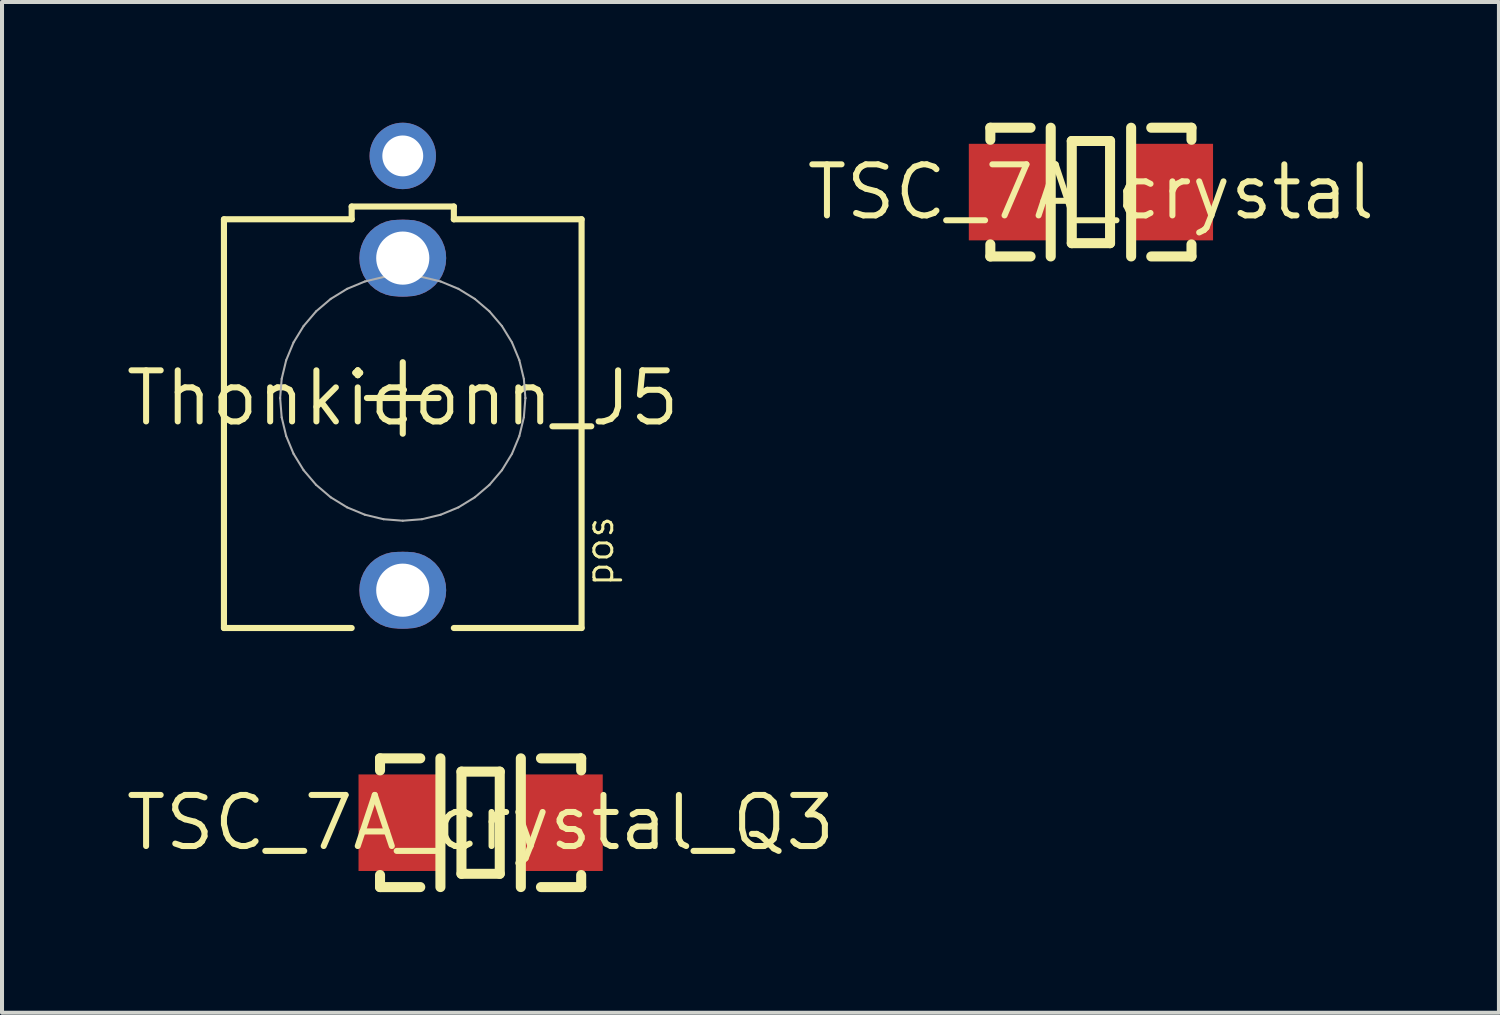
<source format=kicad_pcb>
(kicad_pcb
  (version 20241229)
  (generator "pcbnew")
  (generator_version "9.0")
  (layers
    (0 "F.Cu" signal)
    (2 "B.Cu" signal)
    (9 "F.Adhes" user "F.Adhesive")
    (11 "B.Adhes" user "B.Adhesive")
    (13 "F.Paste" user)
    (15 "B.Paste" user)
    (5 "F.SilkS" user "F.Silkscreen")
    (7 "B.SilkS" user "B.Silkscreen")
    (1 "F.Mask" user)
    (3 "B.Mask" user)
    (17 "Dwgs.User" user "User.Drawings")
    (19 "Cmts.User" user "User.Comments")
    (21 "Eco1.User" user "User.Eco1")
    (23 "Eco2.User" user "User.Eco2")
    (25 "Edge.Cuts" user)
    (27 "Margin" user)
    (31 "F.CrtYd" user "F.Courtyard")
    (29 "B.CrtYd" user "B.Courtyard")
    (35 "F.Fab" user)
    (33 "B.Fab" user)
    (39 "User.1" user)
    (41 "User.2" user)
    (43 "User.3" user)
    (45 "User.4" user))
  (footprint "Thonkiconn_J5"
    (layer "F.Cu")
    (at 6.962 6.846)
    (property "Reference" "Thonkiconn_J5" (at 0 0 0) (layer "F.SilkS") (effects (font (size 1.27 1.27) (thickness 0.15))))
    (fp_poly (pts (xy 0.276 -4.421) (xy 0.421 -4.386) (xy 0.559 -4.329) (xy 0.687 -4.251) (xy 0.801 -4.154) (xy 0.898 -4.04) (xy 0.976 -3.912) (xy 1.033 -3.774) (xy 1.068 -3.629) (xy 1.079 -3.48) (xy 1.068 -3.331) (xy 1.033 -3.186) (xy 0.976 -3.048) (xy 0.898 -2.92) (xy 0.801 -2.806) (xy 0.687 -2.709) (xy 0.559 -2.631) (xy 0.421 -2.574) (xy 0.276 -2.539) (xy 0.127 -2.527) (xy -0.127 -2.527) (xy -0.276 -2.539) (xy -0.421 -2.574) (xy -0.559 -2.631) (xy -0.687 -2.709) (xy -0.801 -2.806) (xy -0.898 -2.92) (xy -0.976 -3.048) (xy -1.033 -3.186) (xy -1.068 -3.331) (xy -1.079 -3.48) (xy -1.068 -3.629) (xy -1.033 -3.774) (xy -0.976 -3.912) (xy -0.898 -4.04) (xy -0.801 -4.154) (xy -0.687 -4.251) (xy -0.559 -4.329) (xy -0.421 -4.386) (xy -0.276 -4.421) (xy -0.127 -4.432) (xy 0.127 -4.432)) (stroke (width 0) (type default)) (fill yes) (layer "F.Cu"))
    (fp_poly (pts (xy 0.276 3.834) (xy 0.421 3.869) (xy 0.559 3.926) (xy 0.687 4.004) (xy 0.801 4.101) (xy 0.898 4.215) (xy 0.976 4.343) (xy 1.033 4.481) (xy 1.068 4.626) (xy 1.079 4.775) (xy 1.068 4.924) (xy 1.033 5.069) (xy 0.976 5.207) (xy 0.898 5.335) (xy 0.801 5.449) (xy 0.687 5.546) (xy 0.559 5.624) (xy 0.421 5.681) (xy 0.276 5.716) (xy 0.127 5.728) (xy -0.127 5.728) (xy -0.276 5.716) (xy -0.421 5.681) (xy -0.559 5.624) (xy -0.687 5.546) (xy -0.801 5.449) (xy -0.898 5.335) (xy -0.976 5.207) (xy -1.033 5.069) (xy -1.068 4.924) (xy -1.079 4.775) (xy -1.068 4.626) (xy -1.033 4.481) (xy -0.976 4.343) (xy -0.898 4.215) (xy -0.801 4.101) (xy -0.687 4.004) (xy -0.559 3.926) (xy -0.421 3.869) (xy -0.276 3.834) (xy -0.127 3.823) (xy 0.127 3.823)) (stroke (width 0) (type default)) (fill yes) (layer "F.Cu"))
    (fp_poly (pts (xy 0.292 -4.522) (xy 0.453 -4.483) (xy 0.606 -4.42) (xy 0.748 -4.334) (xy 0.873 -4.226) (xy 0.981 -4.1) (xy 1.067 -3.958) (xy 1.131 -3.806) (xy 1.169 -3.645) (xy 1.182 -3.48) (xy 1.169 -3.315) (xy 1.131 -3.154) (xy 1.067 -3.001) (xy 0.981 -2.859) (xy 0.873 -2.733) (xy 0.748 -2.626) (xy 0.606 -2.54) (xy 0.453 -2.476) (xy 0.292 -2.438) (xy 0.127 -2.425) (xy -0.127 -2.425) (xy -0.292 -2.438) (xy -0.453 -2.476) (xy -0.606 -2.54) (xy -0.748 -2.626) (xy -0.873 -2.733) (xy -0.981 -2.859) (xy -1.067 -3.001) (xy -1.131 -3.154) (xy -1.169 -3.315) (xy -1.182 -3.48) (xy -1.169 -3.645) (xy -1.131 -3.806) (xy -1.067 -3.958) (xy -0.981 -4.1) (xy -0.873 -4.226) (xy -0.748 -4.334) (xy -0.606 -4.42) (xy -0.453 -4.483) (xy -0.292 -4.522) (xy -0.127 -4.535) (xy 0.127 -4.535)) (stroke (width 0) (type default)) (fill yes) (layer "F.Mask"))
    (fp_poly (pts (xy 0.292 3.733) (xy 0.453 3.772) (xy 0.606 3.835) (xy 0.748 3.921) (xy 0.873 4.029) (xy 0.981 4.155) (xy 1.067 4.297) (xy 1.131 4.449) (xy 1.169 4.61) (xy 1.182 4.775) (xy 1.169 4.94) (xy 1.131 5.101) (xy 1.067 5.254) (xy 0.981 5.396) (xy 0.873 5.522) (xy 0.748 5.629) (xy 0.606 5.715) (xy 0.453 5.779) (xy 0.292 5.817) (xy 0.127 5.83) (xy -0.127 5.83) (xy -0.292 5.817) (xy -0.453 5.779) (xy -0.606 5.715) (xy -0.748 5.629) (xy -0.873 5.522) (xy -0.981 5.396) (xy -1.067 5.254) (xy -1.131 5.101) (xy -1.169 4.94) (xy -1.182 4.775) (xy -1.169 4.61) (xy -1.131 4.449) (xy -1.067 4.297) (xy -0.981 4.155) (xy -0.873 4.029) (xy -0.748 3.921) (xy -0.606 3.835) (xy -0.453 3.772) (xy -0.292 3.733) (xy -0.127 3.72) (xy 0.127 3.72)) (stroke (width 0) (type default)) (fill yes) (layer "F.Mask"))
    (fp_poly (pts (xy 0.276 -4.421) (xy 0.421 -4.386) (xy 0.559 -4.329) (xy 0.687 -4.251) (xy 0.801 -4.154) (xy 0.898 -4.04) (xy 0.976 -3.912) (xy 1.033 -3.774) (xy 1.068 -3.629) (xy 1.079 -3.48) (xy 1.068 -3.331) (xy 1.033 -3.186) (xy 0.976 -3.048) (xy 0.898 -2.92) (xy 0.801 -2.806) (xy 0.687 -2.709) (xy 0.559 -2.631) (xy 0.421 -2.574) (xy 0.276 -2.539) (xy 0.127 -2.527) (xy -0.127 -2.527) (xy -0.276 -2.539) (xy -0.421 -2.574) (xy -0.559 -2.631) (xy -0.687 -2.709) (xy -0.801 -2.806) (xy -0.898 -2.92) (xy -0.976 -3.048) (xy -1.033 -3.186) (xy -1.068 -3.331) (xy -1.079 -3.48) (xy -1.068 -3.629) (xy -1.033 -3.774) (xy -0.976 -3.912) (xy -0.898 -4.04) (xy -0.801 -4.154) (xy -0.687 -4.251) (xy -0.559 -4.329) (xy -0.421 -4.386) (xy -0.276 -4.421) (xy -0.127 -4.432) (xy 0.127 -4.432)) (stroke (width 0) (type default)) (fill yes) (layer "B.Cu"))
    (fp_poly (pts (xy 0.276 3.834) (xy 0.421 3.869) (xy 0.559 3.926) (xy 0.687 4.004) (xy 0.801 4.101) (xy 0.898 4.215) (xy 0.976 4.343) (xy 1.033 4.481) (xy 1.068 4.626) (xy 1.079 4.775) (xy 1.068 4.924) (xy 1.033 5.069) (xy 0.976 5.207) (xy 0.898 5.335) (xy 0.801 5.449) (xy 0.687 5.546) (xy 0.559 5.624) (xy 0.421 5.681) (xy 0.276 5.716) (xy 0.127 5.728) (xy -0.127 5.728) (xy -0.276 5.716) (xy -0.421 5.681) (xy -0.559 5.624) (xy -0.687 5.546) (xy -0.801 5.449) (xy -0.898 5.335) (xy -0.976 5.207) (xy -1.033 5.069) (xy -1.068 4.924) (xy -1.079 4.775) (xy -1.068 4.626) (xy -1.033 4.481) (xy -0.976 4.343) (xy -0.898 4.215) (xy -0.801 4.101) (xy -0.687 4.004) (xy -0.559 3.926) (xy -0.421 3.869) (xy -0.276 3.834) (xy -0.127 3.823) (xy 0.127 3.823)) (stroke (width 0) (type default)) (fill yes) (layer "B.Cu"))
    (fp_poly (pts (xy 0.292 -4.522) (xy 0.453 -4.483) (xy 0.606 -4.42) (xy 0.748 -4.334) (xy 0.873 -4.226) (xy 0.981 -4.1) (xy 1.067 -3.958) (xy 1.131 -3.806) (xy 1.169 -3.645) (xy 1.182 -3.48) (xy 1.169 -3.315) (xy 1.131 -3.154) (xy 1.067 -3.001) (xy 0.981 -2.859) (xy 0.873 -2.733) (xy 0.748 -2.626) (xy 0.606 -2.54) (xy 0.453 -2.476) (xy 0.292 -2.438) (xy 0.127 -2.425) (xy -0.127 -2.425) (xy -0.292 -2.438) (xy -0.453 -2.476) (xy -0.606 -2.54) (xy -0.748 -2.626) (xy -0.873 -2.733) (xy -0.981 -2.859) (xy -1.067 -3.001) (xy -1.131 -3.154) (xy -1.169 -3.315) (xy -1.182 -3.48) (xy -1.169 -3.645) (xy -1.131 -3.806) (xy -1.067 -3.958) (xy -0.981 -4.1) (xy -0.873 -4.226) (xy -0.748 -4.334) (xy -0.606 -4.42) (xy -0.453 -4.483) (xy -0.292 -4.522) (xy -0.127 -4.535) (xy 0.127 -4.535)) (stroke (width 0) (type default)) (fill yes) (layer "B.Mask"))
    (fp_poly (pts (xy 0.292 3.733) (xy 0.453 3.772) (xy 0.606 3.835) (xy 0.748 3.921) (xy 0.873 4.029) (xy 0.981 4.155) (xy 1.067 4.297) (xy 1.131 4.449) (xy 1.169 4.61) (xy 1.182 4.775) (xy 1.169 4.94) (xy 1.131 5.101) (xy 1.067 5.254) (xy 0.981 5.396) (xy 0.873 5.522) (xy 0.748 5.629) (xy 0.606 5.715) (xy 0.453 5.779) (xy 0.292 5.817) (xy 0.127 5.83) (xy -0.127 5.83) (xy -0.292 5.817) (xy -0.453 5.779) (xy -0.606 5.715) (xy -0.748 5.629) (xy -0.873 5.522) (xy -0.981 5.396) (xy -1.067 5.254) (xy -1.131 5.101) (xy -1.169 4.94) (xy -1.182 4.775) (xy -1.169 4.61) (xy -1.131 4.449) (xy -1.067 4.297) (xy -0.981 4.155) (xy -0.873 4.029) (xy -0.748 3.921) (xy -0.606 3.835) (xy -0.453 3.772) (xy -0.292 3.733) (xy -0.127 3.72) (xy 0.127 3.72)) (stroke (width 0) (type default)) (fill yes) (layer "B.Mask"))
    (fp_line (start -4.445 -4.445) (end -4.445 5.715) (stroke (width 0.152) (type solid)) (layer "F.SilkS"))
    (fp_line (start -1.27 -4.762) (end 1.27 -4.762) (stroke (width 0.152) (type solid)) (layer "F.SilkS"))
    (fp_line (start -1.27 -4.445) (end -4.445 -4.445) (stroke (width 0.152) (type solid)) (layer "F.SilkS"))
    (fp_line (start -1.27 -4.445) (end -1.27 -4.762) (stroke (width 0.152) (type solid)) (layer "F.SilkS"))
    (fp_line (start -1.27 5.715) (end -4.445 5.715) (stroke (width 0.152) (type solid)) (layer "F.SilkS"))
    (fp_line (start -0.89 -0.003) (end 0.889 -0.003) (stroke (width 0.152) (type solid)) (layer "F.SilkS"))
    (fp_line (start 0 0.885) (end 0 -0.892) (stroke (width 0.152) (type solid)) (layer "F.SilkS"))
    (fp_line (start 1.27 -4.762) (end 1.27 -4.445) (stroke (width 0.152) (type solid)) (layer "F.SilkS"))
    (fp_line (start 1.27 -4.445) (end 4.445 -4.445) (stroke (width 0.152) (type solid)) (layer "F.SilkS"))
    (fp_line (start 1.27 5.715) (end 4.445 5.715) (stroke (width 0.152) (type solid)) (layer "F.SilkS"))
    (fp_line (start 4.445 5.715) (end 4.445 -4.445) (stroke (width 0.152) (type solid)) (layer "F.SilkS"))
    (fp_line (start -3.048 -0.001) (end -3.048 0.001) (stroke (width 0.051) (type solid)) (layer "F.Fab"))
    (fp_line (start -3.048 0.001) (end -3.01 0.478) (stroke (width 0.051) (type solid)) (layer "F.Fab"))
    (fp_line (start -3.01 -0.478) (end -3.048 -0.001) (stroke (width 0.051) (type solid)) (layer "F.Fab"))
    (fp_line (start -3.01 0.478) (end -2.898 0.943) (stroke (width 0.051) (type solid)) (layer "F.Fab"))
    (fp_line (start -2.898 -0.942) (end -3.01 -0.478) (stroke (width 0.051) (type solid)) (layer "F.Fab"))
    (fp_line (start -2.898 0.943) (end -2.715 1.384) (stroke (width 0.051) (type solid)) (layer "F.Fab"))
    (fp_line (start -2.715 -1.384) (end -2.898 -0.942) (stroke (width 0.051) (type solid)) (layer "F.Fab"))
    (fp_line (start -2.715 1.384) (end -2.465 1.792) (stroke (width 0.051) (type solid)) (layer "F.Fab"))
    (fp_line (start -2.465 -1.792) (end -2.715 -1.384) (stroke (width 0.051) (type solid)) (layer "F.Fab"))
    (fp_line (start -2.465 1.792) (end -2.155 2.156) (stroke (width 0.051) (type solid)) (layer "F.Fab"))
    (fp_line (start -2.155 -2.156) (end -2.465 -1.792) (stroke (width 0.051) (type solid)) (layer "F.Fab"))
    (fp_line (start -2.155 2.156) (end -1.791 2.466) (stroke (width 0.051) (type solid)) (layer "F.Fab"))
    (fp_line (start -1.791 -2.466) (end -2.155 -2.156) (stroke (width 0.051) (type solid)) (layer "F.Fab"))
    (fp_line (start -1.791 2.466) (end -1.384 2.716) (stroke (width 0.051) (type solid)) (layer "F.Fab"))
    (fp_line (start -1.384 -2.716) (end -1.791 -2.466) (stroke (width 0.051) (type solid)) (layer "F.Fab"))
    (fp_line (start -1.384 2.716) (end -0.942 2.899) (stroke (width 0.051) (type solid)) (layer "F.Fab"))
    (fp_line (start -0.942 -2.899) (end -1.384 -2.716) (stroke (width 0.051) (type solid)) (layer "F.Fab"))
    (fp_line (start -0.942 2.899) (end -0.477 3.011) (stroke (width 0.051) (type solid)) (layer "F.Fab"))
    (fp_line (start -0.477 -3.011) (end -0.942 -2.899) (stroke (width 0.051) (type solid)) (layer "F.Fab"))
    (fp_line (start -0.477 3.011) (end 0 3.048) (stroke (width 0.051) (type solid)) (layer "F.Fab"))
    (fp_line (start 0 -3.048) (end -0.477 -3.011) (stroke (width 0.051) (type solid)) (layer "F.Fab"))
    (fp_line (start 0 3.048) (end 0.477 3.011) (stroke (width 0.051) (type solid)) (layer "F.Fab"))
    (fp_line (start 0.477 -3.011) (end 0 -3.048) (stroke (width 0.051) (type solid)) (layer "F.Fab"))
    (fp_line (start 0.477 3.011) (end 0.942 2.899) (stroke (width 0.051) (type solid)) (layer "F.Fab"))
    (fp_line (start 0.942 -2.899) (end 0.477 -3.011) (stroke (width 0.051) (type solid)) (layer "F.Fab"))
    (fp_line (start 0.942 2.899) (end 1.384 2.716) (stroke (width 0.051) (type solid)) (layer "F.Fab"))
    (fp_line (start 1.384 -2.716) (end 0.942 -2.899) (stroke (width 0.051) (type solid)) (layer "F.Fab"))
    (fp_line (start 1.384 2.716) (end 1.791 2.466) (stroke (width 0.051) (type solid)) (layer "F.Fab"))
    (fp_line (start 1.791 -2.466) (end 1.384 -2.716) (stroke (width 0.051) (type solid)) (layer "F.Fab"))
    (fp_line (start 1.791 2.466) (end 2.155 2.156) (stroke (width 0.051) (type solid)) (layer "F.Fab"))
    (fp_line (start 2.155 -2.156) (end 1.791 -2.466) (stroke (width 0.051) (type solid)) (layer "F.Fab"))
    (fp_line (start 2.155 2.156) (end 2.465 1.792) (stroke (width 0.051) (type solid)) (layer "F.Fab"))
    (fp_line (start 2.465 -1.792) (end 2.155 -2.156) (stroke (width 0.051) (type solid)) (layer "F.Fab"))
    (fp_line (start 2.465 1.792) (end 2.715 1.384) (stroke (width 0.051) (type solid)) (layer "F.Fab"))
    (fp_line (start 2.715 -1.384) (end 2.465 -1.792) (stroke (width 0.051) (type solid)) (layer "F.Fab"))
    (fp_line (start 2.715 1.384) (end 2.898 0.943) (stroke (width 0.051) (type solid)) (layer "F.Fab"))
    (fp_line (start 2.898 -0.942) (end 2.715 -1.384) (stroke (width 0.051) (type solid)) (layer "F.Fab"))
    (fp_line (start 2.898 0.943) (end 3.01 0.478) (stroke (width 0.051) (type solid)) (layer "F.Fab"))
    (fp_line (start 3.01 -0.478) (end 2.898 -0.942) (stroke (width 0.051) (type solid)) (layer "F.Fab"))
    (fp_line (start 3.01 0.478) (end 3.048 0.001) (stroke (width 0.051) (type solid)) (layer "F.Fab"))
    (fp_line (start 3.048 -0.001) (end 3.01 -0.478) (stroke (width 0.051) (type solid)) (layer "F.Fab"))
    (fp_line (start 3.048 0.001) (end 3.048 -0.001) (stroke (width 0.051) (type solid)) (layer "F.Fab"))
    (fp_text user "pos" (at 4.501 4.727 90) (unlocked yes) (layer "F.SilkS") (effects (font (size 0.666 0.666) (thickness 0.074)) (justify left top)))
    (pad "1" thru_hole circle (at 0 -3.48) (size 1.905 1.905) (drill 1.321) (layers "*.Cu"))
    (pad "2" thru_hole circle (at 0 4.775) (size 1.905 1.905) (drill 1.321) (layers "*.Cu"))
    (pad "3" thru_hole circle (at 0 -6.02) (size 1.651 1.651) (drill 1.016) (layers "*.Cu" "*.Mask"))
    (zone (net_name "") (layer "F.Cu") (hatch edge 0.5) (connect_pads) (min_thickness 0.25) (filled_areas_thickness no) (keepout (tracks not_allowed) (vias not_allowed) (pads not_allowed) (copperpour not_allowed) (footprints allowed)) (placement (enabled no)) (fill) (polygon (pts (xy 8.204 6.845) (xy 8.184 6.623) (xy 8.125 6.408) (xy 8.028 6.207) (xy 7.897 6.027) (xy 7.736 5.873) (xy 7.551 5.751) (xy 7.346 5.663) (xy 7.129 5.614) (xy 6.906 5.604) (xy 6.686 5.634) (xy 6.474 5.702) (xy 6.278 5.808) (xy 6.104 5.947) (xy 5.957 6.114) (xy 5.843 6.306) (xy 5.765 6.514) (xy 5.725 6.733) (xy 5.725 6.956) (xy 5.765 7.175) (xy 5.843 7.383) (xy 5.957 7.575) (xy 6.104 7.742) (xy 6.278 7.881) (xy 6.474 7.987) (xy 6.686 8.055) (xy 6.906 8.085) (xy 7.129 8.075) (xy 7.346 8.026) (xy 7.551 7.938) (xy 7.736 7.816) (xy 7.897 7.662) (xy 8.028 7.482) (xy 8.125 7.281) (xy 8.184 7.066))) (polygon (pts (xy 7.954 6.845) (xy 7.934 6.645) (xy 7.874 6.453) (xy 7.776 6.278) (xy 7.646 6.126) (xy 7.487 6.003) (xy 7.307 5.914) (xy 7.112 5.864) (xy 6.912 5.854) (xy 6.713 5.884) (xy 6.525 5.954) (xy 6.355 6.06) (xy 6.209 6.198) (xy 6.095 6.363) (xy 6.016 6.548) (xy 5.975 6.744) (xy 5.975 6.945) (xy 6.016 7.141) (xy 6.095 7.326) (xy 6.209 7.491) (xy 6.355 7.629) (xy 6.525 7.735) (xy 6.713 7.805) (xy 6.912 7.835) (xy 7.112 7.825) (xy 7.307 7.775) (xy 7.487 7.686) (xy 7.646 7.563) (xy 7.776 7.411) (xy 7.874 7.236) (xy 7.934 7.044)))))
  (footprint "TSC_7A_crystal_Q3"
    (layer "F.Cu")
    (at 8.897 17.401)
    (property "Reference" "TSC_7A_crystal_Q3" (at 0 0 0) (layer "F.SilkS") (effects (font (size 1.27 1.27) (thickness 0.15))))
    (fp_line (start -2.5 -1.6) (end -2.5 -1.3) (stroke (width 0.25) (type solid)) (layer "F.SilkS"))
    (fp_line (start -2.5 -1.6) (end -1.5 -1.6) (stroke (width 0.25) (type solid)) (layer "F.SilkS"))
    (fp_line (start -2.5 1.6) (end -2.5 1.3) (stroke (width 0.25) (type solid)) (layer "F.SilkS"))
    (fp_line (start -1.5 1.6) (end -2.5 1.6) (stroke (width 0.25) (type solid)) (layer "F.SilkS"))
    (fp_line (start -0.999 -1.6) (end -0.999 1.6) (stroke (width 0.25) (type solid)) (layer "F.SilkS"))
    (fp_line (start -0.476 -1.27) (end -0.476 1.27) (stroke (width 0.25) (type solid)) (layer "F.SilkS"))
    (fp_line (start -0.476 -1.27) (end 0.476 -1.27) (stroke (width 0.25) (type solid)) (layer "F.SilkS"))
    (fp_line (start -0.476 1.27) (end 0.476 1.27) (stroke (width 0.25) (type solid)) (layer "F.SilkS"))
    (fp_line (start 0.476 1.27) (end 0.476 -1.27) (stroke (width 0.25) (type solid)) (layer "F.SilkS"))
    (fp_line (start 1 -1.6) (end 1 1.6) (stroke (width 0.25) (type solid)) (layer "F.SilkS"))
    (fp_line (start 1.5 1.6) (end 2.5 1.6) (stroke (width 0.25) (type solid)) (layer "F.SilkS"))
    (fp_line (start 2.5 -1.6) (end 1.5 -1.6) (stroke (width 0.25) (type solid)) (layer "F.SilkS"))
    (fp_line (start 2.5 -1.6) (end 2.5 -1.3) (stroke (width 0.25) (type solid)) (layer "F.SilkS"))
    (fp_line (start 2.5 1.6) (end 2.5 1.3) (stroke (width 0.25) (type solid)) (layer "F.SilkS"))
    (pad "1" smd rect (at 2.036 0) (size 2 2.4) (layers "F.Cu" "F.Mask" "F.Paste"))
    (pad "2" smd rect (at -2.035 0) (size 2 2.4) (layers "F.Cu" "F.Mask" "F.Paste")))
  (footprint "TSC_7A_crystal"
    (layer "F.Cu")
    (at 24.068 1.725)
    (property "Reference" "TSC_7A_crystal" (at 0 0 0) (layer "F.SilkS") (effects (font (size 1.27 1.27) (thickness 0.15))))
    (fp_line (start -2.5 -1.6) (end -2.5 -1.3) (stroke (width 0.25) (type solid)) (layer "F.SilkS"))
    (fp_line (start -2.5 -1.6) (end -1.5 -1.6) (stroke (width 0.25) (type solid)) (layer "F.SilkS"))
    (fp_line (start -2.5 1.6) (end -2.5 1.3) (stroke (width 0.25) (type solid)) (layer "F.SilkS"))
    (fp_line (start -1.5 1.6) (end -2.5 1.6) (stroke (width 0.25) (type solid)) (layer "F.SilkS"))
    (fp_line (start -0.999 -1.6) (end -0.999 1.6) (stroke (width 0.25) (type solid)) (layer "F.SilkS"))
    (fp_line (start -0.476 -1.27) (end -0.476 1.27) (stroke (width 0.25) (type solid)) (layer "F.SilkS"))
    (fp_line (start -0.476 -1.27) (end 0.476 -1.27) (stroke (width 0.25) (type solid)) (layer "F.SilkS"))
    (fp_line (start -0.476 1.27) (end 0.476 1.27) (stroke (width 0.25) (type solid)) (layer "F.SilkS"))
    (fp_line (start 0.476 1.27) (end 0.476 -1.27) (stroke (width 0.25) (type solid)) (layer "F.SilkS"))
    (fp_line (start 1 -1.6) (end 1 1.6) (stroke (width 0.25) (type solid)) (layer "F.SilkS"))
    (fp_line (start 1.5 1.6) (end 2.5 1.6) (stroke (width 0.25) (type solid)) (layer "F.SilkS"))
    (fp_line (start 2.5 -1.6) (end 1.5 -1.6) (stroke (width 0.25) (type solid)) (layer "F.SilkS"))
    (fp_line (start 2.5 -1.6) (end 2.5 -1.3) (stroke (width 0.25) (type solid)) (layer "F.SilkS"))
    (fp_line (start 2.5 1.6) (end 2.5 1.3) (stroke (width 0.25) (type solid)) (layer "F.SilkS"))
    (pad "1" smd rect (at 2.036 0) (size 2 2.4) (layers "F.Cu" "F.Mask" "F.Paste"))
    (pad "2" smd rect (at -2.035 0) (size 2 2.4) (layers "F.Cu" "F.Mask" "F.Paste")))
  (gr_rect
    (start -3 -3)
    (end 34.211 22.125)
    (stroke (width 0.1) (type default))
    (fill no)
    (layer "Edge.Cuts")))
</source>
